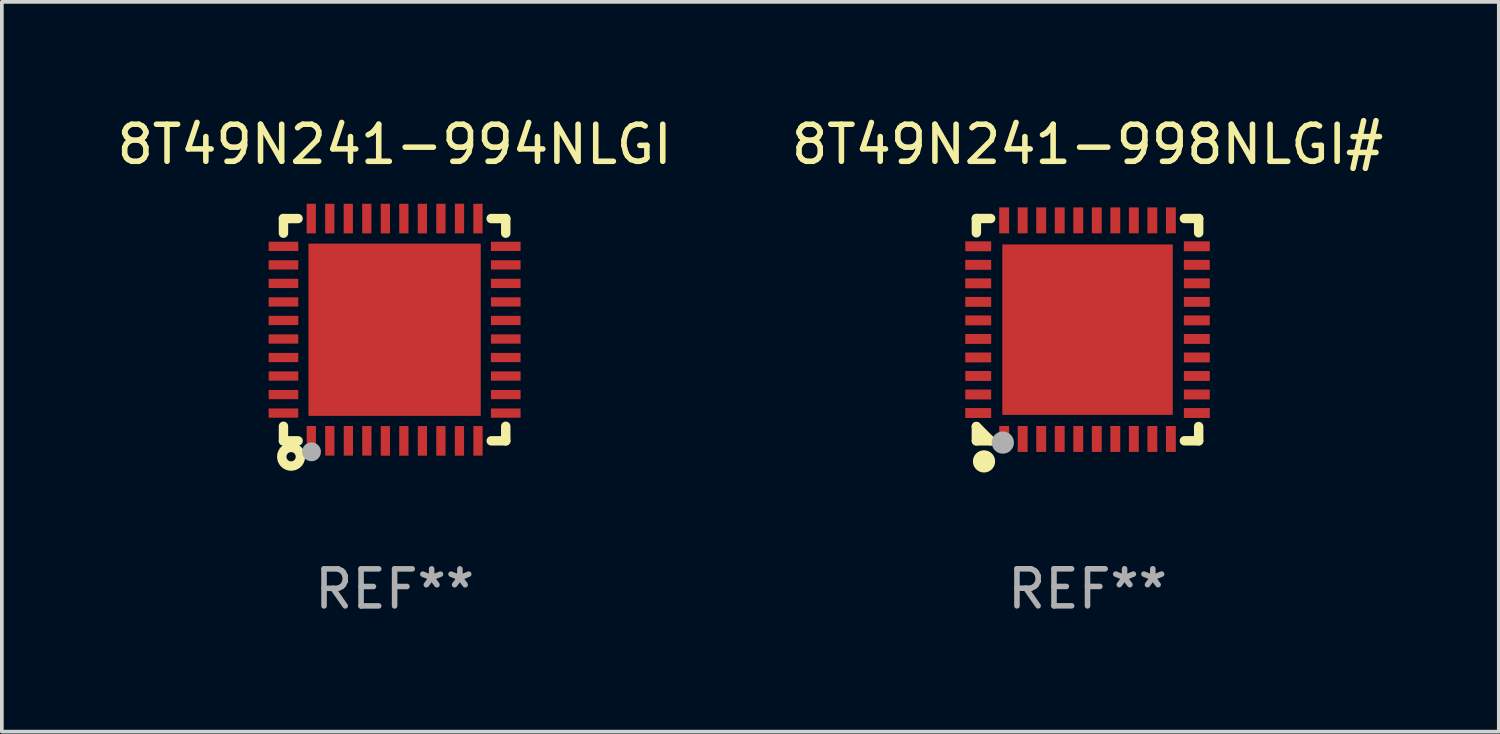
<source format=kicad_pcb>
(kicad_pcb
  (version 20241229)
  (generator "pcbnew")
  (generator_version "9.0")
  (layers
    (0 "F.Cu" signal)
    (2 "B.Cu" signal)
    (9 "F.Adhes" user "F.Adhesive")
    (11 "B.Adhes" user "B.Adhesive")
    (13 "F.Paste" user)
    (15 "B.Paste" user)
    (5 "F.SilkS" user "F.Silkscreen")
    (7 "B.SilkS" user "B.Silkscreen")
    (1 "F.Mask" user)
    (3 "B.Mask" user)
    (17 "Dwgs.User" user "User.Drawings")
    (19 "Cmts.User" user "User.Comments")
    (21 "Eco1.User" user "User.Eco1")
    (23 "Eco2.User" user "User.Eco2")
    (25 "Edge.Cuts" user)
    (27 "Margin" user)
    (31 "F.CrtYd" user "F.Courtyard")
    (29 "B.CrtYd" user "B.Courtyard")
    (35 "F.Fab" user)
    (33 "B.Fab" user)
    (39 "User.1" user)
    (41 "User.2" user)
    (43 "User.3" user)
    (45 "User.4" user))
  (footprint "8T49N241-994NLGI"
    (layer "F.Cu")
    (at 7.601 5.849)
    (property "Reference" "8T49N241-994NLGI" (at 0 -5.001 0) (layer "F.SilkS") (effects (font (size 1 1) (thickness 0.15))))
    (attr through_hole)
    (fp_line (start -3 -3) (end -3 -2.605) (stroke (width 0.254) (type solid)) (layer "F.SilkS"))
    (fp_line (start -3 -3) (end -2.606 -3) (stroke (width 0.254) (type solid)) (layer "F.SilkS"))
    (fp_line (start -3 2.607) (end -3 3) (stroke (width 0.254) (type solid)) (layer "F.SilkS"))
    (fp_line (start -3 3) (end -2.605 3) (stroke (width 0.254) (type solid)) (layer "F.SilkS"))
    (fp_line (start 2.606 -3) (end 3 -3) (stroke (width 0.254) (type solid)) (layer "F.SilkS"))
    (fp_line (start 2.608 3) (end 3 3) (stroke (width 0.254) (type solid)) (layer "F.SilkS"))
    (fp_line (start 3 -2.605) (end 3 -3) (stroke (width 0.254) (type solid)) (layer "F.SilkS"))
    (fp_line (start 3 3) (end 3 2.607) (stroke (width 0.254) (type solid)) (layer "F.SilkS"))
    (fp_circle (center -3 3) (end -2.97 3) (stroke (width 0.06) (type solid)) (fill no) (layer "F.SilkS"))
    (fp_circle (center -2.794 3.429) (end -2.669 3.429) (stroke (width 0.254) (type solid)) (fill no) (layer "F.SilkS"))
    (fp_circle (center -2.243 3.297) (end -2.116 3.297) (stroke (width 0.254) (type solid)) (fill no) (layer "F.Fab"))
    (fp_text user "REF**" (at 0 7.001 0) (layer "F.Fab") (effects (font (size 1 1) (thickness 0.15))))
    (pad "1" smd rect (at -2.248 2.999 180) (size 0.25 0.8) (layers "F.Cu" "F.Mask" "F.Paste"))
    (pad "2" smd rect (at -1.749 2.999 180) (size 0.25 0.8) (layers "F.Cu" "F.Mask" "F.Paste"))
    (pad "3" smd rect (at -1.248 2.999 180) (size 0.25 0.8) (layers "F.Cu" "F.Mask" "F.Paste"))
    (pad "4" smd rect (at -0.749 2.999 180) (size 0.25 0.8) (layers "F.Cu" "F.Mask" "F.Paste"))
    (pad "5" smd rect (at -0.25 3.001 180) (size 0.25 0.8) (layers "F.Cu" "F.Mask" "F.Paste"))
    (pad "6" smd rect (at 0.25 3.001 180) (size 0.25 0.8) (layers "F.Cu" "F.Mask" "F.Paste"))
    (pad "7" smd rect (at 0.75 3.001 180) (size 0.25 0.8) (layers "F.Cu" "F.Mask" "F.Paste"))
    (pad "8" smd rect (at 1.25 3.001 180) (size 0.25 0.8) (layers "F.Cu" "F.Mask" "F.Paste"))
    (pad "9" smd rect (at 1.75 3.001 180) (size 0.25 0.8) (layers "F.Cu" "F.Mask" "F.Paste"))
    (pad "10" smd rect (at 2.251 2.999 180) (size 0.25 0.8) (layers "F.Cu" "F.Mask" "F.Paste"))
    (pad "11" smd rect (at 3 2.251 270) (size 0.25 0.8) (layers "F.Cu" "F.Mask" "F.Paste"))
    (pad "12" smd rect (at 3 1.751 270) (size 0.25 0.8) (layers "F.Cu" "F.Mask" "F.Paste"))
    (pad "13" smd rect (at 3 1.251 270) (size 0.25 0.8) (layers "F.Cu" "F.Mask" "F.Paste"))
    (pad "14" smd rect (at 3 0.751 270) (size 0.25 0.8) (layers "F.Cu" "F.Mask" "F.Paste"))
    (pad "15" smd rect (at 3 0.251 270) (size 0.25 0.8) (layers "F.Cu" "F.Mask" "F.Paste"))
    (pad "16" smd rect (at 3 -0.249 270) (size 0.25 0.8) (layers "F.Cu" "F.Mask" "F.Paste"))
    (pad "17" smd rect (at 3 -0.749 270) (size 0.25 0.8) (layers "F.Cu" "F.Mask" "F.Paste"))
    (pad "18" smd rect (at 3 -1.249 270) (size 0.25 0.8) (layers "F.Cu" "F.Mask" "F.Paste"))
    (pad "19" smd rect (at 3 -1.749 270) (size 0.25 0.8) (layers "F.Cu" "F.Mask" "F.Paste"))
    (pad "20" smd rect (at 3 -2.249 270) (size 0.25 0.8) (layers "F.Cu" "F.Mask" "F.Paste"))
    (pad "21" smd rect (at 2.25 -2.999) (size 0.25 0.8) (layers "F.Cu" "F.Mask" "F.Paste"))
    (pad "22" smd rect (at 1.752 -3.001) (size 0.25 0.8) (layers "F.Cu" "F.Mask" "F.Paste"))
    (pad "23" smd rect (at 1.25 -2.999) (size 0.25 0.8) (layers "F.Cu" "F.Mask" "F.Paste"))
    (pad "24" smd rect (at 0.75 -2.999) (size 0.25 0.8) (layers "F.Cu" "F.Mask" "F.Paste"))
    (pad "25" smd rect (at 0.25 -2.999) (size 0.25 0.8) (layers "F.Cu" "F.Mask" "F.Paste"))
    (pad "26" smd rect (at -0.25 -2.999) (size 0.25 0.8) (layers "F.Cu" "F.Mask" "F.Paste"))
    (pad "27" smd rect (at -0.75 -2.999) (size 0.25 0.8) (layers "F.Cu" "F.Mask" "F.Paste"))
    (pad "28" smd rect (at -1.25 -2.999) (size 0.25 0.8) (layers "F.Cu" "F.Mask" "F.Paste"))
    (pad "29" smd rect (at -1.75 -2.999) (size 0.25 0.8) (layers "F.Cu" "F.Mask" "F.Paste"))
    (pad "30" smd rect (at -2.25 -2.999) (size 0.25 0.8) (layers "F.Cu" "F.Mask" "F.Paste"))
    (pad "31" smd rect (at -3 -2.249 90) (size 0.25 0.8) (layers "F.Cu" "F.Mask" "F.Paste"))
    (pad "32" smd rect (at -3 -1.749 90) (size 0.25 0.8) (layers "F.Cu" "F.Mask" "F.Paste"))
    (pad "33" smd rect (at -3 -1.249 90) (size 0.25 0.8) (layers "F.Cu" "F.Mask" "F.Paste"))
    (pad "34" smd rect (at -3 -0.749 90) (size 0.25 0.8) (layers "F.Cu" "F.Mask" "F.Paste"))
    (pad "35" smd rect (at -3 -0.249 90) (size 0.25 0.8) (layers "F.Cu" "F.Mask" "F.Paste"))
    (pad "36" smd rect (at -3 0.251 90) (size 0.25 0.8) (layers "F.Cu" "F.Mask" "F.Paste"))
    (pad "37" smd rect (at -3 0.751 90) (size 0.25 0.8) (layers "F.Cu" "F.Mask" "F.Paste"))
    (pad "38" smd rect (at -3 1.251 90) (size 0.25 0.8) (layers "F.Cu" "F.Mask" "F.Paste"))
    (pad "39" smd rect (at -3 1.751 90) (size 0.25 0.8) (layers "F.Cu" "F.Mask" "F.Paste"))
    (pad "40" smd rect (at -3 2.251 90) (size 0.25 0.8) (layers "F.Cu" "F.Mask" "F.Paste"))
    (pad "41" smd rect (at -0.000025 0.001 90) (size 4.65 4.65) (layers "F.Cu" "F.Mask" "F.Paste")))
  (footprint "8T49N241-998NLGI#"
    (layer "F.Cu")
    (at 26.304 5.848)
    (property "Reference" "8T49N241-998NLGI#" (at 0 -5 0) (layer "F.SilkS") (effects (font (size 1 1) (thickness 0.15))))
    (attr through_hole)
    (fp_line (start -3 -3) (end -2.615 -3) (stroke (width 0.254) (type solid)) (layer "F.SilkS"))
    (fp_line (start -3 -2.615) (end -3 -3) (stroke (width 0.254) (type solid)) (layer "F.SilkS"))
    (fp_line (start -3 2.615) (end -2.615 3) (stroke (width 0.254) (type solid)) (layer "F.SilkS"))
    (fp_line (start -3 3) (end -3 2.615) (stroke (width 0.254) (type solid)) (layer "F.SilkS"))
    (fp_line (start -2.615 3) (end -3 3) (stroke (width 0.254) (type solid)) (layer "F.SilkS"))
    (fp_line (start 2.615 -3) (end 3 -3) (stroke (width 0.254) (type solid)) (layer "F.SilkS"))
    (fp_line (start 3 -3) (end 3 -2.615) (stroke (width 0.254) (type solid)) (layer "F.SilkS"))
    (fp_line (start 3 2.615) (end 3 3) (stroke (width 0.254) (type solid)) (layer "F.SilkS"))
    (fp_line (start 3 3) (end 2.615 3) (stroke (width 0.254) (type solid)) (layer "F.SilkS"))
    (fp_circle (center -3 3) (end -2.97 3) (stroke (width 0.06) (type solid)) (fill no) (layer "F.SilkS"))
    (fp_circle (center -2.794 3.556) (end -2.644 3.556) (stroke (width 0.3) (type solid)) (fill no) (layer "F.SilkS"))
    (fp_circle (center -2.286 3.048) (end -2.136 3.048) (stroke (width 0.3) (type solid)) (fill no) (layer "F.Fab"))
    (fp_text user "REF**" (at 0 7 0) (layer "F.Fab") (effects (font (size 1 1) (thickness 0.15))))
    (pad "1" smd rect (at -2.25 2.95) (size 0.267 0.7) (layers "F.Cu" "F.Mask" "F.Paste"))
    (pad "2" smd rect (at -1.75 2.95) (size 0.267 0.7) (layers "F.Cu" "F.Mask" "F.Paste"))
    (pad "3" smd rect (at -1.25 2.95) (size 0.267 0.7) (layers "F.Cu" "F.Mask" "F.Paste"))
    (pad "4" smd rect (at -0.75 2.95) (size 0.267 0.7) (layers "F.Cu" "F.Mask" "F.Paste"))
    (pad "5" smd rect (at -0.25 2.95) (size 0.267 0.7) (layers "F.Cu" "F.Mask" "F.Paste"))
    (pad "6" smd rect (at 0.25 2.95) (size 0.267 0.7) (layers "F.Cu" "F.Mask" "F.Paste"))
    (pad "7" smd rect (at 0.75 2.95) (size 0.267 0.7) (layers "F.Cu" "F.Mask" "F.Paste"))
    (pad "8" smd rect (at 1.25 2.95) (size 0.267 0.7) (layers "F.Cu" "F.Mask" "F.Paste"))
    (pad "9" smd rect (at 1.75 2.95) (size 0.267 0.7) (layers "F.Cu" "F.Mask" "F.Paste"))
    (pad "10" smd rect (at 2.25 2.95) (size 0.267 0.7) (layers "F.Cu" "F.Mask" "F.Paste"))
    (pad "11" smd rect (at 2.95 2.25) (size 0.7 0.267) (layers "F.Cu" "F.Mask" "F.Paste"))
    (pad "12" smd rect (at 2.95 1.75) (size 0.7 0.267) (layers "F.Cu" "F.Mask" "F.Paste"))
    (pad "13" smd rect (at 2.95 1.25) (size 0.7 0.267) (layers "F.Cu" "F.Mask" "F.Paste"))
    (pad "14" smd rect (at 2.95 0.75) (size 0.7 0.267) (layers "F.Cu" "F.Mask" "F.Paste"))
    (pad "15" smd rect (at 2.95 0.25) (size 0.7 0.267) (layers "F.Cu" "F.Mask" "F.Paste"))
    (pad "16" smd rect (at 2.95 -0.25) (size 0.7 0.267) (layers "F.Cu" "F.Mask" "F.Paste"))
    (pad "17" smd rect (at 2.95 -0.75) (size 0.7 0.267) (layers "F.Cu" "F.Mask" "F.Paste"))
    (pad "18" smd rect (at 2.95 -1.25) (size 0.7 0.267) (layers "F.Cu" "F.Mask" "F.Paste"))
    (pad "19" smd rect (at 2.95 -1.75) (size 0.7 0.267) (layers "F.Cu" "F.Mask" "F.Paste"))
    (pad "20" smd rect (at 2.95 -2.25) (size 0.7 0.267) (layers "F.Cu" "F.Mask" "F.Paste"))
    (pad "21" smd rect (at 2.25 -2.95) (size 0.267 0.7) (layers "F.Cu" "F.Mask" "F.Paste"))
    (pad "22" smd rect (at 1.75 -2.95) (size 0.267 0.7) (layers "F.Cu" "F.Mask" "F.Paste"))
    (pad "23" smd rect (at 1.25 -2.95) (size 0.267 0.7) (layers "F.Cu" "F.Mask" "F.Paste"))
    (pad "24" smd rect (at 0.75 -2.95) (size 0.267 0.7) (layers "F.Cu" "F.Mask" "F.Paste"))
    (pad "25" smd rect (at 0.25 -2.95) (size 0.267 0.7) (layers "F.Cu" "F.Mask" "F.Paste"))
    (pad "26" smd rect (at -0.25 -2.95) (size 0.267 0.7) (layers "F.Cu" "F.Mask" "F.Paste"))
    (pad "27" smd rect (at -0.75 -2.95) (size 0.267 0.7) (layers "F.Cu" "F.Mask" "F.Paste"))
    (pad "28" smd rect (at -1.25 -2.95) (size 0.267 0.7) (layers "F.Cu" "F.Mask" "F.Paste"))
    (pad "29" smd rect (at -1.75 -2.95) (size 0.267 0.7) (layers "F.Cu" "F.Mask" "F.Paste"))
    (pad "30" smd rect (at -2.25 -2.95) (size 0.267 0.7) (layers "F.Cu" "F.Mask" "F.Paste"))
    (pad "31" smd rect (at -2.95 -2.25) (size 0.7 0.267) (layers "F.Cu" "F.Mask" "F.Paste"))
    (pad "32" smd rect (at -2.95 -1.75) (size 0.7 0.267) (layers "F.Cu" "F.Mask" "F.Paste"))
    (pad "33" smd rect (at -2.95 -1.25) (size 0.7 0.267) (layers "F.Cu" "F.Mask" "F.Paste"))
    (pad "34" smd rect (at -2.95 -0.75) (size 0.7 0.267) (layers "F.Cu" "F.Mask" "F.Paste"))
    (pad "35" smd rect (at -2.95 -0.25) (size 0.7 0.267) (layers "F.Cu" "F.Mask" "F.Paste"))
    (pad "36" smd rect (at -2.95 0.25) (size 0.7 0.267) (layers "F.Cu" "F.Mask" "F.Paste"))
    (pad "37" smd rect (at -2.95 0.75) (size 0.7 0.267) (layers "F.Cu" "F.Mask" "F.Paste"))
    (pad "38" smd rect (at -2.95 1.25) (size 0.7 0.267) (layers "F.Cu" "F.Mask" "F.Paste"))
    (pad "39" smd rect (at -2.95 1.75) (size 0.7 0.267) (layers "F.Cu" "F.Mask" "F.Paste"))
    (pad "40" smd rect (at -2.95 2.25) (size 0.7 0.267) (layers "F.Cu" "F.Mask" "F.Paste"))
    (pad "41" smd rect (at 0.000279 0.000025) (size 4.6 4.6) (layers "F.Cu" "F.Mask" "F.Paste")))
  (gr_rect
    (start -3 -3)
    (end 37.405 16.699)
    (stroke (width 0.1) (type default))
    (fill no)
    (layer "Edge.Cuts")))
</source>
